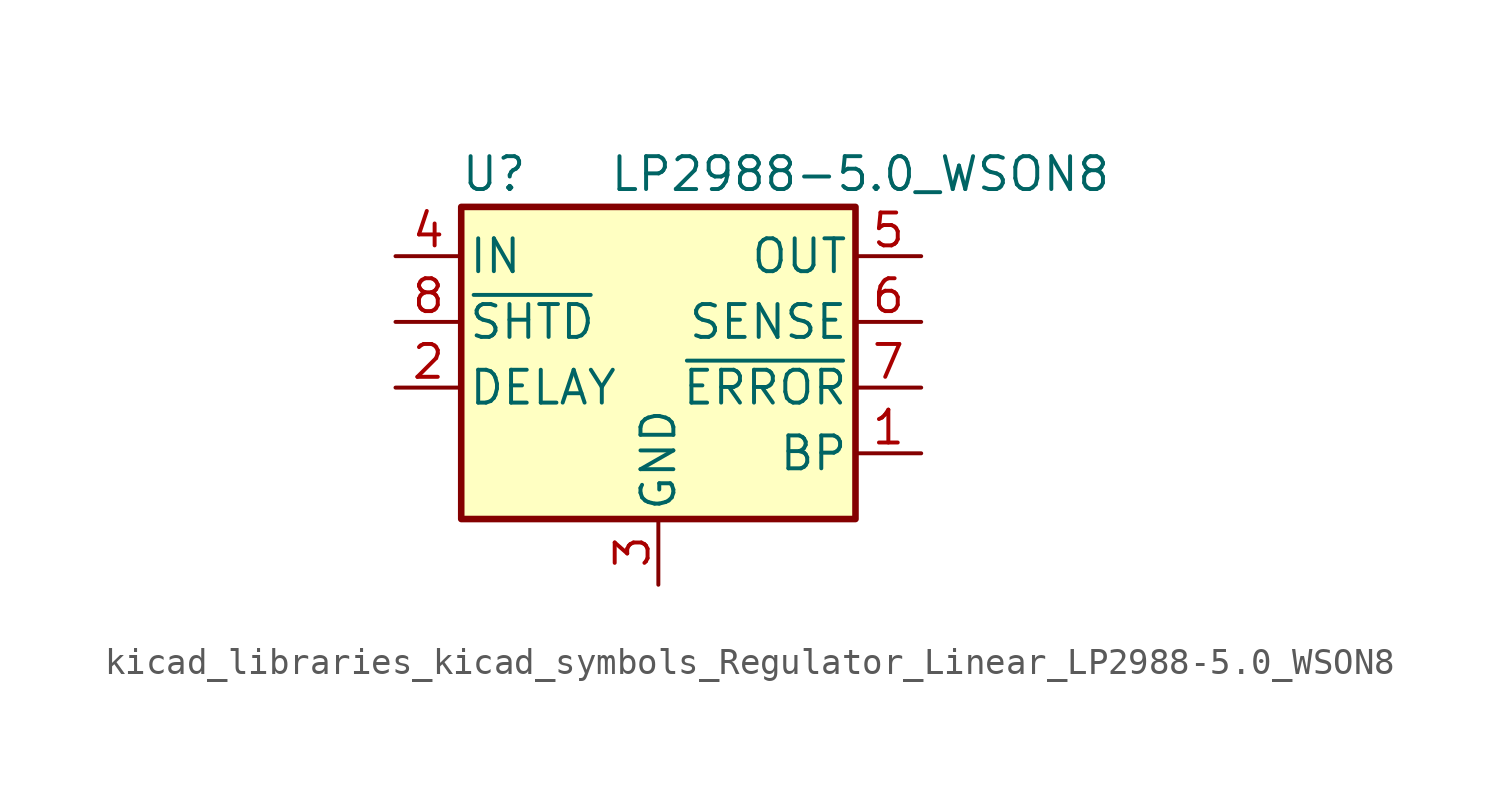
<source format=kicad_sym>
(kicad_symbol_lib
  (version 20220914)
  (generator kicad_symbol_editor)
  (symbol "kicad_libraries_kicad_symbols_Regulator_Linear_LP2988-5.0_WSON8"
    (pin_names
      (offset 0.254))
    (property "Reference" "U"
      (at -6.35 5.715 0)
      (effects (font (size 1.27 1.27))))
    (property "Value" "LP2988-5.0_WSON8"
      (at -1.905 5.715 0)
      (effects (font (size 1.27 1.27)) (justify left)))
    (symbol "kicad_libraries_kicad_symbols_Regulator_Linear_LP2988-5.0_WSON8_0_1"
      (rectangle (start -7.62 4.445) (end 7.62 -7.62) (stroke (width 0.254) (type default)) (fill (type background))))
    (symbol "kicad_libraries_kicad_symbols_Regulator_Linear_LP2988-5.0_WSON8_1_1"
      (pin passive line (at 10.16 -5.08 180) (length 2.54) (name "BP" (effects (font (size 1.27 1.27)))) (number "1" (effects (font (size 1.27 1.27)))))
      (pin passive line (at -10.16 -2.54 0) (length 2.54) (name "DELAY" (effects (font (size 1.27 1.27)))) (number "2" (effects (font (size 1.27 1.27)))))
      (pin power_in line (at 0 -10.16 90) (length 2.54) (name "GND" (effects (font (size 1.27 1.27)))) (number "3" (effects (font (size 1.27 1.27)))))
      (pin power_in line (at -10.16 2.54 0) (length 2.54) (name "IN" (effects (font (size 1.27 1.27)))) (number "4" (effects (font (size 1.27 1.27)))))
      (pin power_out line (at 10.16 2.54 180) (length 2.54) (name "OUT" (effects (font (size 1.27 1.27)))) (number "5" (effects (font (size 1.27 1.27)))))
      (pin input line (at 10.16 0 180) (length 2.54) (name "SENSE" (effects (font (size 1.27 1.27)))) (number "6" (effects (font (size 1.27 1.27)))))
      (pin output line (at 10.16 -2.54 180) (length 2.54) (name "~{ERROR}" (effects (font (size 1.27 1.27)))) (number "7" (effects (font (size 1.27 1.27)))))
      (pin input line (at -10.16 0 0) (length 2.54) (name "~{SHTD}" (effects (font (size 1.27 1.27)))) (number "8" (effects (font (size 1.27 1.27)))))
      (pin passive line (at 0 -10.16 90) (length 2.54) hide (name "GND" (effects (font (size 1.27 1.27)))) (number "9" (effects (font (size 1.27 1.27))))))))
</source>
